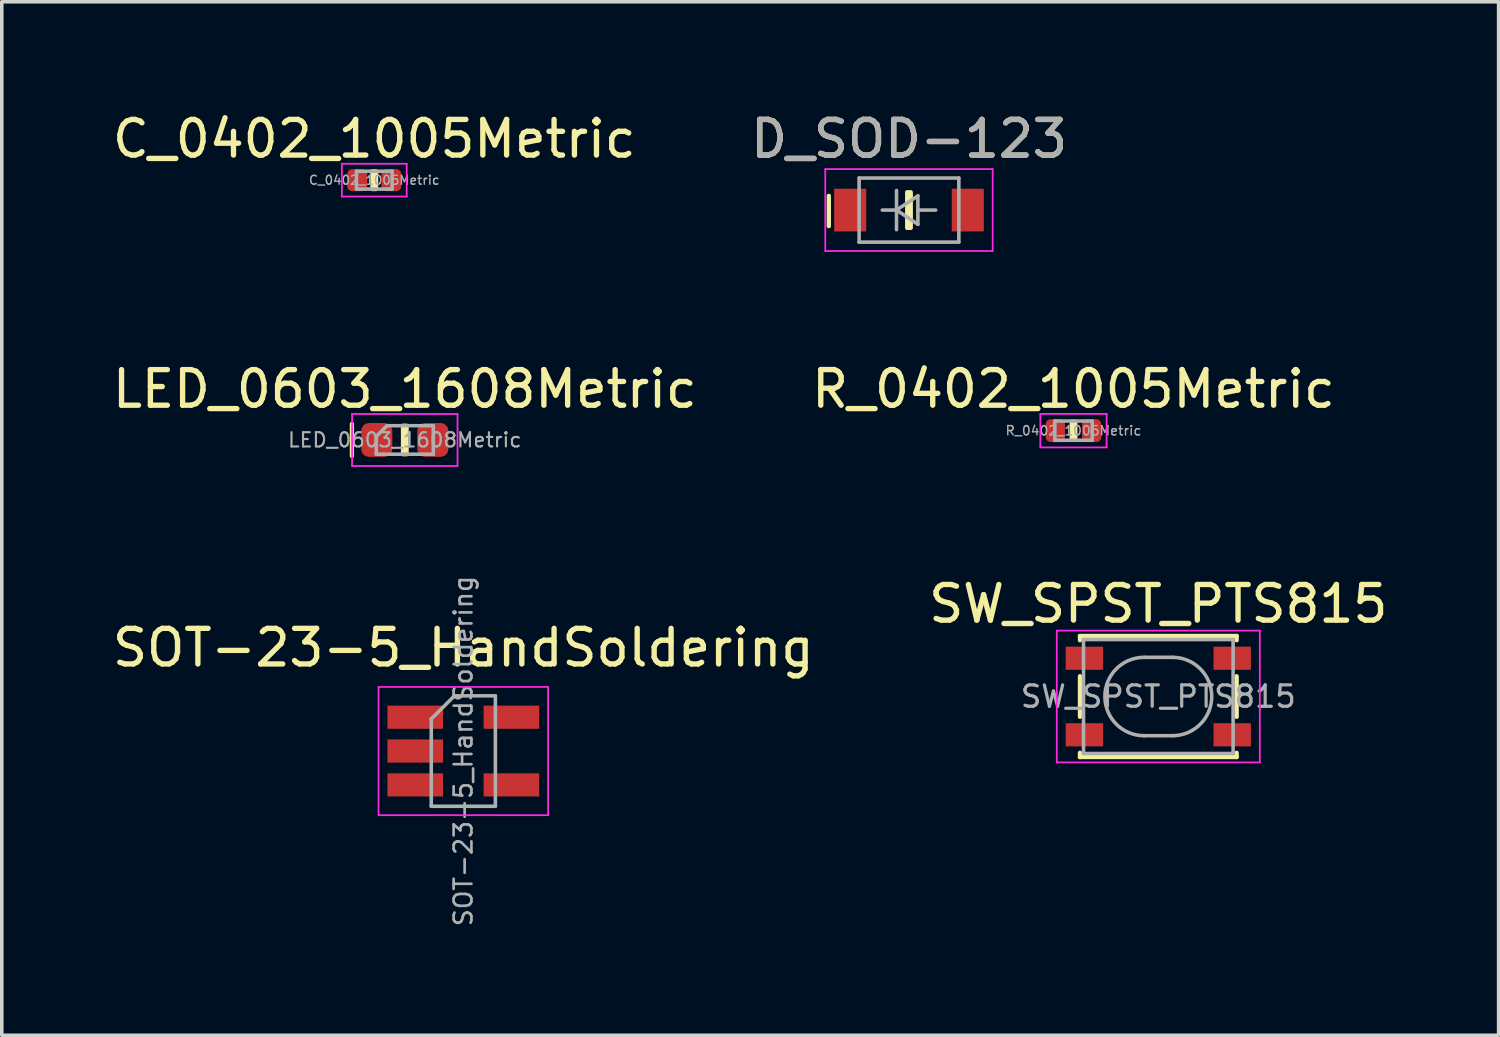
<source format=kicad_pcb>
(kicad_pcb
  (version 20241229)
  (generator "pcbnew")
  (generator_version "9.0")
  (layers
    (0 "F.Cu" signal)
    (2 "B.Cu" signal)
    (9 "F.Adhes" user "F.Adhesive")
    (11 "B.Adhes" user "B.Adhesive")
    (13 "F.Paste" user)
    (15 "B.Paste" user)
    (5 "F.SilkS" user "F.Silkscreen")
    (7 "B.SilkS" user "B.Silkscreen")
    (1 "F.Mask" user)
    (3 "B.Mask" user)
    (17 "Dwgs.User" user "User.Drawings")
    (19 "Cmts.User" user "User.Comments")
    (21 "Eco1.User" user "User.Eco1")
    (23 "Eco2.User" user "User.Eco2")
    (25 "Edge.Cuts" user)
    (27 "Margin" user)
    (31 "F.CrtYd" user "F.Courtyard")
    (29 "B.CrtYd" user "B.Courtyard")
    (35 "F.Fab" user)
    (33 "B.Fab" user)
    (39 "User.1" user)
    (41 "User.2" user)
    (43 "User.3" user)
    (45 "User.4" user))
  (footprint "C_0402_1005Metric"
    (layer "F.Cu")
    (at 7.458 2.008)
    (property "Reference" "C_0402_1005Metric" (at 0 -1.16 180) (layer "F.SilkS") (effects (font (size 1 1) (thickness 0.15))))
    (attr smd)
    (fp_rect (start -0.05 -0.25) (end 0.05 0.25) (stroke (width 0.12) (type solid)) (fill no) (layer "F.SilkS"))
    (fp_line (start -0.91 -0.46) (end 0.91 -0.46) (stroke (width 0.05) (type solid)) (layer "F.CrtYd"))
    (fp_line (start -0.91 0.46) (end -0.91 -0.46) (stroke (width 0.05) (type solid)) (layer "F.CrtYd"))
    (fp_line (start 0.91 -0.46) (end 0.91 0.46) (stroke (width 0.05) (type solid)) (layer "F.CrtYd"))
    (fp_line (start 0.91 0.46) (end -0.91 0.46) (stroke (width 0.05) (type solid)) (layer "F.CrtYd"))
    (fp_line (start -0.5 -0.25) (end 0.5 -0.25) (stroke (width 0.1) (type solid)) (layer "F.Fab"))
    (fp_line (start -0.5 0.25) (end -0.5 -0.25) (stroke (width 0.1) (type solid)) (layer "F.Fab"))
    (fp_line (start 0.5 -0.25) (end 0.5 0.25) (stroke (width 0.1) (type solid)) (layer "F.Fab"))
    (fp_line (start 0.5 0.25) (end -0.5 0.25) (stroke (width 0.1) (type solid)) (layer "F.Fab"))
    (fp_text user "${REFERENCE}" (at 0 0 180) (layer "F.Fab") (effects (font (size 0.25 0.25) (thickness 0.04))))
    (pad "1" smd roundrect (at -0.48 0) (size 0.56 0.62) (layers "F.Cu" "F.Mask" "F.Paste") (roundrect_rratio 0.25))
    (pad "2" smd roundrect (at 0.48 0) (size 0.56 0.62) (layers "F.Cu" "F.Mask" "F.Paste") (roundrect_rratio 0.25)))
  (footprint "D_SOD-123"
    (layer "F.Cu")
    (at 22.47 2.848)
    (property "Reference" "D_SOD-123" (at 0 -2 0) (layer "F.SilkS") (effects (font (size 1 1) (thickness 0.15))))
    (attr smd)
    (fp_line (start -2.25 -0.4) (end -2.25 0.45) (stroke (width 0.12) (type solid)) (layer "F.SilkS"))
    (fp_rect (start -0.05 -0.5) (end 0.05 0.5) (stroke (width 0.12) (type solid)) (fill no) (layer "F.SilkS"))
    (fp_line (start -2.35 -1.15) (end -2.35 1.15) (stroke (width 0.05) (type solid)) (layer "F.CrtYd"))
    (fp_line (start -2.35 -1.15) (end 2.35 -1.15) (stroke (width 0.05) (type solid)) (layer "F.CrtYd"))
    (fp_line (start 2.35 -1.15) (end 2.35 1.15) (stroke (width 0.05) (type solid)) (layer "F.CrtYd"))
    (fp_line (start 2.35 1.15) (end -2.35 1.15) (stroke (width 0.05) (type solid)) (layer "F.CrtYd"))
    (fp_line (start -1.4 -0.9) (end 1.4 -0.9) (stroke (width 0.1) (type solid)) (layer "F.Fab"))
    (fp_line (start -1.4 0.9) (end -1.4 -0.9) (stroke (width 0.1) (type solid)) (layer "F.Fab"))
    (fp_line (start -0.75 0) (end -0.35 0) (stroke (width 0.1) (type solid)) (layer "F.Fab"))
    (fp_line (start -0.35 0) (end -0.35 -0.55) (stroke (width 0.1) (type solid)) (layer "F.Fab"))
    (fp_line (start -0.35 0) (end -0.35 0.55) (stroke (width 0.1) (type solid)) (layer "F.Fab"))
    (fp_line (start -0.35 0) (end 0.25 -0.4) (stroke (width 0.1) (type solid)) (layer "F.Fab"))
    (fp_line (start 0.25 -0.4) (end 0.25 0.4) (stroke (width 0.1) (type solid)) (layer "F.Fab"))
    (fp_line (start 0.25 0) (end 0.75 0) (stroke (width 0.1) (type solid)) (layer "F.Fab"))
    (fp_line (start 0.25 0.4) (end -0.35 0) (stroke (width 0.1) (type solid)) (layer "F.Fab"))
    (fp_line (start 1.4 -0.9) (end 1.4 0.9) (stroke (width 0.1) (type solid)) (layer "F.Fab"))
    (fp_line (start 1.4 0.9) (end -1.4 0.9) (stroke (width 0.1) (type solid)) (layer "F.Fab"))
    (fp_text user "${REFERENCE}" (at 0 -2 0) (layer "F.Fab") (effects (font (size 1 1) (thickness 0.15))))
    (pad "1" smd rect (at -1.65 0) (size 0.9 1.2) (layers "F.Cu" "F.Mask" "F.Paste"))
    (pad "2" smd rect (at 1.65 0) (size 0.9 1.2) (layers "F.Cu" "F.Mask" "F.Paste")))
  (footprint "SW_SPST_PTS815"
    (layer "F.Cu")
    (at 29.47 16.505)
    (property "Reference" "SW_SPST_PTS815" (at 0 -2.6 180) (layer "F.SilkS") (effects (font (size 1 1) (thickness 0.15))))
    (attr smd)
    (fp_line (start -2.2 -1.7) (end -2.2 -1.58) (stroke (width 0.12) (type solid)) (layer "F.SilkS"))
    (fp_line (start -2.2 -0.57) (end -2.2 0.57) (stroke (width 0.12) (type solid)) (layer "F.SilkS"))
    (fp_line (start -2.2 1.58) (end -2.2 1.7) (stroke (width 0.12) (type solid)) (layer "F.SilkS"))
    (fp_line (start -2.2 1.7) (end 2.2 1.7) (stroke (width 0.12) (type solid)) (layer "F.SilkS"))
    (fp_line (start 2.2 -1.7) (end -2.2 -1.7) (stroke (width 0.12) (type solid)) (layer "F.SilkS"))
    (fp_line (start 2.2 -1.58) (end 2.2 -1.7) (stroke (width 0.12) (type solid)) (layer "F.SilkS"))
    (fp_line (start 2.2 0.57) (end 2.2 -0.57) (stroke (width 0.12) (type solid)) (layer "F.SilkS"))
    (fp_line (start 2.2 1.7) (end 2.2 1.58) (stroke (width 0.12) (type solid)) (layer "F.SilkS"))
    (fp_line (start -2.85 -1.85) (end 2.85 -1.85) (stroke (width 0.05) (type solid)) (layer "F.CrtYd"))
    (fp_line (start -2.85 1.85) (end -2.85 -1.85) (stroke (width 0.05) (type solid)) (layer "F.CrtYd"))
    (fp_line (start 2.85 -1.85) (end 2.85 1.85) (stroke (width 0.05) (type solid)) (layer "F.CrtYd"))
    (fp_line (start 2.85 1.85) (end -2.85 1.85) (stroke (width 0.05) (type solid)) (layer "F.CrtYd"))
    (fp_line (start -2.1 -1.6) (end -2.1 1.6) (stroke (width 0.1) (type solid)) (layer "F.Fab"))
    (fp_line (start -2.1 1.6) (end 2.1 1.6) (stroke (width 0.1) (type solid)) (layer "F.Fab"))
    (fp_line (start -0.4 -1.1) (end 0.4 -1.1) (stroke (width 0.1) (type solid)) (layer "F.Fab"))
    (fp_line (start 0.4 1.1) (end -0.4 1.1) (stroke (width 0.1) (type solid)) (layer "F.Fab"))
    (fp_line (start 2.1 -1.6) (end -2.1 -1.6) (stroke (width 0.1) (type solid)) (layer "F.Fab"))
    (fp_line (start 2.1 1.6) (end 2.1 -1.6) (stroke (width 0.1) (type solid)) (layer "F.Fab"))
    (fp_arc (start -0.4 1.1) (mid -1.5 0) (end -0.4 -1.1) (stroke (width 0.1) (type solid)) (layer "F.Fab"))
    (fp_arc (start 0.4 -1.1) (mid 1.5 0) (end 0.4 1.1) (stroke (width 0.1) (type solid)) (layer "F.Fab"))
    (fp_text user "${REFERENCE}" (at 0 0 180) (layer "F.Fab") (effects (font (size 0.6 0.6) (thickness 0.09))))
    (pad "" smd rect (at -2.075 -1.075) (size 1.05 0.65) (layers "F.Cu" "F.Mask" "F.Paste"))
    (pad "" smd rect (at -2.075 1.075) (size 1.05 0.65) (layers "F.Cu" "F.Mask" "F.Paste"))
    (pad "1" smd rect (at 2.075 -1.075) (size 1.05 0.65) (layers "F.Cu" "F.Mask" "F.Paste"))
    (pad "2" smd rect (at 2.075 1.075) (size 1.05 0.65) (layers "F.Cu" "F.Mask" "F.Paste")))
  (footprint "LED_0603_1608Metric"
    (layer "F.Cu")
    (at 8.315 9.302)
    (property "Reference" "LED_0603_1608Metric" (at 0 -1.43 0) (layer "F.SilkS") (effects (font (size 1 1) (thickness 0.15))))
    (attr smd)
    (fp_line (start -1.485 -0.45) (end -1.485 0.45) (stroke (width 0.12) (type solid)) (layer "F.SilkS"))
    (fp_rect (start -0.05 -0.4) (end 0.05 0.4) (stroke (width 0.12) (type solid)) (fill no) (layer "F.SilkS"))
    (fp_line (start -1.48 -0.73) (end 1.48 -0.73) (stroke (width 0.05) (type solid)) (layer "F.CrtYd"))
    (fp_line (start -1.48 0.73) (end -1.48 -0.73) (stroke (width 0.05) (type solid)) (layer "F.CrtYd"))
    (fp_line (start 1.48 -0.73) (end 1.48 0.73) (stroke (width 0.05) (type solid)) (layer "F.CrtYd"))
    (fp_line (start 1.48 0.73) (end -1.48 0.73) (stroke (width 0.05) (type solid)) (layer "F.CrtYd"))
    (fp_line (start -0.8 -0.1) (end -0.8 0.4) (stroke (width 0.1) (type solid)) (layer "F.Fab"))
    (fp_line (start -0.8 0.4) (end 0.8 0.4) (stroke (width 0.1) (type solid)) (layer "F.Fab"))
    (fp_line (start -0.5 -0.4) (end -0.8 -0.1) (stroke (width 0.1) (type solid)) (layer "F.Fab"))
    (fp_line (start 0.8 -0.4) (end -0.5 -0.4) (stroke (width 0.1) (type solid)) (layer "F.Fab"))
    (fp_line (start 0.8 0.4) (end 0.8 -0.4) (stroke (width 0.1) (type solid)) (layer "F.Fab"))
    (fp_text user "${REFERENCE}" (at 0 0 0) (layer "F.Fab") (effects (font (size 0.4 0.4) (thickness 0.06))))
    (pad "1" smd roundrect (at -0.787 0) (size 0.875 0.95) (layers "F.Cu" "F.Mask" "F.Paste") (roundrect_rratio 0.25))
    (pad "2" smd roundrect (at 0.787 0) (size 0.875 0.95) (layers "F.Cu" "F.Mask" "F.Paste") (roundrect_rratio 0.25)))
  (footprint "SOT-23-5_HandSoldering"
    (layer "F.Cu")
    (at 9.958 18.036)
    (property "Reference" "SOT-23-5_HandSoldering" (at 0 -2.9 180) (layer "F.SilkS") (effects (font (size 1 1) (thickness 0.15))))
    (attr smd)
    (fp_line (start -2.38 -1.8) (end -2.38 1.8) (stroke (width 0.05) (type solid)) (layer "F.CrtYd"))
    (fp_line (start -2.38 -1.8) (end 2.38 -1.8) (stroke (width 0.05) (type solid)) (layer "F.CrtYd"))
    (fp_line (start 2.38 1.8) (end -2.38 1.8) (stroke (width 0.05) (type solid)) (layer "F.CrtYd"))
    (fp_line (start 2.38 1.8) (end 2.38 -1.8) (stroke (width 0.05) (type solid)) (layer "F.CrtYd"))
    (fp_line (start -0.9 -0.9) (end -0.9 1.55) (stroke (width 0.1) (type solid)) (layer "F.Fab"))
    (fp_line (start -0.9 -0.9) (end -0.25 -1.55) (stroke (width 0.1) (type solid)) (layer "F.Fab"))
    (fp_line (start 0.9 -1.55) (end -0.25 -1.55) (stroke (width 0.1) (type solid)) (layer "F.Fab"))
    (fp_line (start 0.9 -1.55) (end 0.9 1.55) (stroke (width 0.1) (type solid)) (layer "F.Fab"))
    (fp_line (start 0.9 1.55) (end -0.9 1.55) (stroke (width 0.1) (type solid)) (layer "F.Fab"))
    (fp_text user "${REFERENCE}" (at 0 0 90) (layer "F.Fab") (effects (font (size 0.5 0.5) (thickness 0.075))))
    (pad "1" smd rect (at -1.35 -0.95) (size 1.56 0.65) (layers "F.Cu" "F.Mask" "F.Paste"))
    (pad "2" smd rect (at -1.35 0) (size 1.56 0.65) (layers "F.Cu" "F.Mask" "F.Paste"))
    (pad "3" smd rect (at -1.35 0.95) (size 1.56 0.65) (layers "F.Cu" "F.Mask" "F.Paste"))
    (pad "4" smd rect (at 1.35 0.95) (size 1.56 0.65) (layers "F.Cu" "F.Mask" "F.Paste"))
    (pad "5" smd rect (at 1.35 -0.95) (size 1.56 0.65) (layers "F.Cu" "F.Mask" "F.Paste")))
  (footprint "R_0402_1005Metric"
    (layer "F.Cu")
    (at 27.089 9.041)
    (property "Reference" "R_0402_1005Metric" (at 0 -1.17 180) (layer "F.SilkS") (effects (font (size 1 1) (thickness 0.15))))
    (attr smd)
    (fp_rect (start -0.05 -0.25) (end 0.05 0.25) (stroke (width 0.12) (type solid)) (fill no) (layer "F.SilkS"))
    (fp_line (start -0.93 -0.47) (end 0.93 -0.47) (stroke (width 0.05) (type solid)) (layer "F.CrtYd"))
    (fp_line (start -0.93 0.47) (end -0.93 -0.47) (stroke (width 0.05) (type solid)) (layer "F.CrtYd"))
    (fp_line (start 0.93 -0.47) (end 0.93 0.47) (stroke (width 0.05) (type solid)) (layer "F.CrtYd"))
    (fp_line (start 0.93 0.47) (end -0.93 0.47) (stroke (width 0.05) (type solid)) (layer "F.CrtYd"))
    (fp_line (start -0.525 -0.27) (end 0.525 -0.27) (stroke (width 0.1) (type solid)) (layer "F.Fab"))
    (fp_line (start -0.525 0.27) (end -0.525 -0.27) (stroke (width 0.1) (type solid)) (layer "F.Fab"))
    (fp_line (start 0.525 -0.27) (end 0.525 0.27) (stroke (width 0.1) (type solid)) (layer "F.Fab"))
    (fp_line (start 0.525 0.27) (end -0.525 0.27) (stroke (width 0.1) (type solid)) (layer "F.Fab"))
    (fp_text user "${REFERENCE}" (at 0 0 180) (layer "F.Fab") (effects (font (size 0.26 0.26) (thickness 0.04))))
    (pad "1" smd roundrect (at -0.51 0) (size 0.54 0.64) (layers "F.Cu" "F.Mask" "F.Paste") (roundrect_rratio 0.25))
    (pad "2" smd roundrect (at 0.51 0) (size 0.54 0.64) (layers "F.Cu" "F.Mask" "F.Paste") (roundrect_rratio 0.25)))
  (gr_rect
    (start -3 -3)
    (end 39.024 26.015)
    (stroke (width 0.1) (type default))
    (fill no)
    (layer "Edge.Cuts")))
</source>
